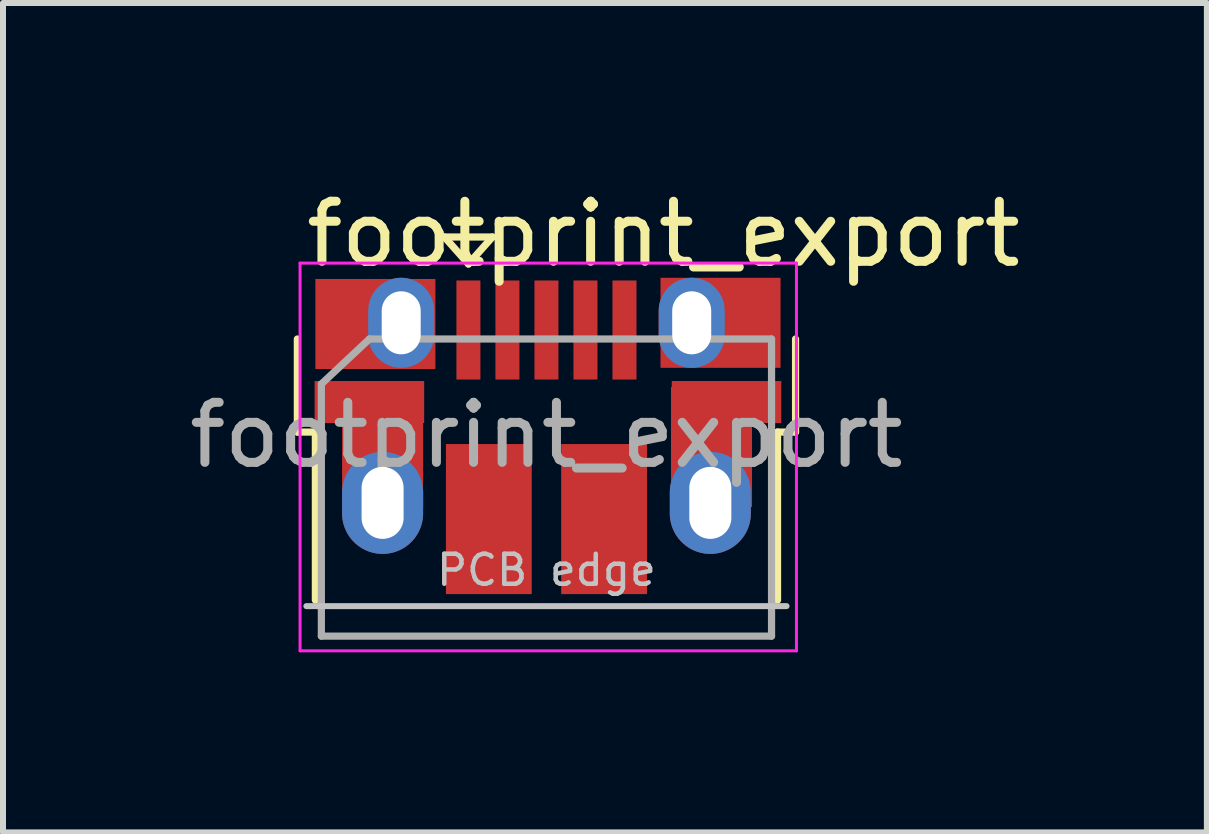
<source format=kicad_pcb>
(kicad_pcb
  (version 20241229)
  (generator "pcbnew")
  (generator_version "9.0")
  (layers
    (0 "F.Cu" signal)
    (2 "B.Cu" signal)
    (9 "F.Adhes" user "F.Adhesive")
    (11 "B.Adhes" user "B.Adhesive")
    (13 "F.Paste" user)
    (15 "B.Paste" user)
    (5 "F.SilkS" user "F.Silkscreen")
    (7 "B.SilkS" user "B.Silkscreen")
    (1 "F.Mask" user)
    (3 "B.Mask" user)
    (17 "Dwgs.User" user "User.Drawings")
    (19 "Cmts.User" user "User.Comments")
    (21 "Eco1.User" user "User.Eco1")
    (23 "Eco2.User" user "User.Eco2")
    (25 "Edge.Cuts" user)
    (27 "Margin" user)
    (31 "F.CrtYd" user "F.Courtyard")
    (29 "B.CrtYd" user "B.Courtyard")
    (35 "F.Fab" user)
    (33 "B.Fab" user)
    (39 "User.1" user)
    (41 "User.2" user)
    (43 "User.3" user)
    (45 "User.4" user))
  (footprint "footprint_export"
    (layer "F.Cu")
    (at 6.079 4.213)
    (property "Reference" "footprint_export" (at 1.925 -3.365 0) (layer "F.SilkS") (effects (font (size 1 1) (thickness 0.15))))
    (attr smd)
    (fp_line (start -4.175 -0.065) (end -4.175 -1.615) (stroke (width 0.12) (type solid)) (layer "F.SilkS"))
    (fp_line (start -4.175 -0.065) (end -3.875 -0.065) (stroke (width 0.12) (type solid)) (layer "F.SilkS"))
    (fp_line (start -3.875 2.735) (end -3.875 -0.065) (stroke (width 0.12) (type solid)) (layer "F.SilkS"))
    (fp_line (start -1.725 -3.315) (end -0.925 -3.315) (stroke (width 0.12) (type solid)) (layer "F.SilkS"))
    (fp_line (start -1.325 -2.865) (end -1.725 -3.315) (stroke (width 0.12) (type solid)) (layer "F.SilkS"))
    (fp_line (start -0.925 -3.315) (end -1.325 -2.865) (stroke (width 0.12) (type solid)) (layer "F.SilkS"))
    (fp_line (start 3.825 -0.065) (end 4.125 -0.065) (stroke (width 0.12) (type solid)) (layer "F.SilkS"))
    (fp_line (start 3.825 2.735) (end 3.825 -0.065) (stroke (width 0.12) (type solid)) (layer "F.SilkS"))
    (fp_line (start 4.125 -0.065) (end 4.125 -1.615) (stroke (width 0.12) (type solid)) (layer "F.SilkS"))
    (fp_line (start -4.025 2.835) (end 3.975 2.835) (stroke (width 0.1) (type solid)) (layer "Dwgs.User"))
    (fp_line (start -4.13 -2.88) (end -4.13 3.58) (stroke (width 0.05) (type solid)) (layer "F.CrtYd"))
    (fp_line (start -4.13 -2.88) (end 4.14 -2.88) (stroke (width 0.05) (type solid)) (layer "F.CrtYd"))
    (fp_line (start 4.14 3.58) (end -4.13 3.58) (stroke (width 0.05) (type solid)) (layer "F.CrtYd"))
    (fp_line (start 4.14 3.58) (end 4.14 -2.88) (stroke (width 0.05) (type solid)) (layer "F.CrtYd"))
    (fp_line (start -3.775 -0.865) (end -2.975 -1.615) (stroke (width 0.12) (type solid)) (layer "F.Fab"))
    (fp_line (start -3.775 3.335) (end -3.775 -0.865) (stroke (width 0.12) (type solid)) (layer "F.Fab"))
    (fp_line (start -2.975 -1.615) (end 3.725 -1.615) (stroke (width 0.12) (type solid)) (layer "F.Fab"))
    (fp_line (start 3.725 -1.615) (end 3.725 3.335) (stroke (width 0.12) (type solid)) (layer "F.Fab"))
    (fp_line (start 3.725 3.335) (end -3.775 3.335) (stroke (width 0.12) (type solid)) (layer "F.Fab"))
    (fp_text user "PCB edge" (at -0.025 2.235 0) (layer "Dwgs.User") (effects (font (size 0.5 0.5) (thickness 0.075))))
    (fp_text user "${REFERENCE}" (at -0.025 -0.015 0) (layer "F.Fab") (effects (font (size 1 1) (thickness 0.15))))
    (pad "1" smd rect (at -1.325 -1.765 90) (size 1.65 0.4) (layers "F.Cu" "F.Mask" "F.Paste"))
    (pad "2" smd rect (at -0.675 -1.765 90) (size 1.65 0.4) (layers "F.Cu" "F.Mask" "F.Paste"))
    (pad "3" smd rect (at -0.025 -1.765 90) (size 1.65 0.4) (layers "F.Cu" "F.Mask" "F.Paste"))
    (pad "4" smd rect (at 0.625 -1.765 90) (size 1.65 0.4) (layers "F.Cu" "F.Mask" "F.Paste"))
    (pad "5" smd rect (at 1.275 -1.765 90) (size 1.65 0.4) (layers "F.Cu" "F.Mask" "F.Paste"))
    (pad "6" smd rect (at -2.975 -0.565) (size 1.825 0.7) (layers "F.Cu" "F.Mask" "F.Paste"))
    (pad "6" smd rect (at -2.875 -1.865) (size 2 1.5) (layers "F.Cu" "F.Mask" "F.Paste"))
    (pad "6" smd rect (at -2.755 0.185) (size 1.35 2) (layers "F.Cu" "F.Mask" "F.Paste"))
    (pad "6" thru_hole oval (at -2.755 1.115 90) (size 1.7 1.35) (drill oval 1.2 0.7) (layers "*.Cu" "*.Mask"))
    (pad "6" thru_hole oval (at -2.445 -1.885 90) (size 1.5 1.1) (drill oval 1.05 0.65) (layers "*.Cu" "*.Mask"))
    (pad "6" smd rect (at -0.985 1.385 90) (size 2.5 1.43) (layers "F.Cu" "F.Mask" "F.Paste"))
    (pad "6" smd rect (at 0.935 1.385 90) (size 2.5 1.43) (layers "F.Cu" "F.Mask" "F.Paste"))
    (pad "6" thru_hole oval (at 2.395 -1.885 90) (size 1.5 1.1) (drill oval 1.05 0.65) (layers "*.Cu" "*.Mask"))
    (pad "6" thru_hole oval (at 2.705 1.115 90) (size 1.7 1.35) (drill oval 1.2 0.7) (layers "*.Cu" "*.Mask"))
    (pad "6" smd rect (at 2.725 0.185) (size 1.35 2) (layers "F.Cu" "F.Mask" "F.Paste"))
    (pad "6" smd rect (at 2.875 -1.885) (size 2 1.5) (layers "F.Cu" "F.Mask" "F.Paste"))
    (pad "6" smd rect (at 2.975 -0.565) (size 1.825 0.7) (layers "F.Cu" "F.Mask" "F.Paste")))
  (gr_rect
    (start -3 -3)
    (end 17.057 10.818)
    (stroke (width 0.1) (type default))
    (fill no)
    (layer "Edge.Cuts")))
</source>
